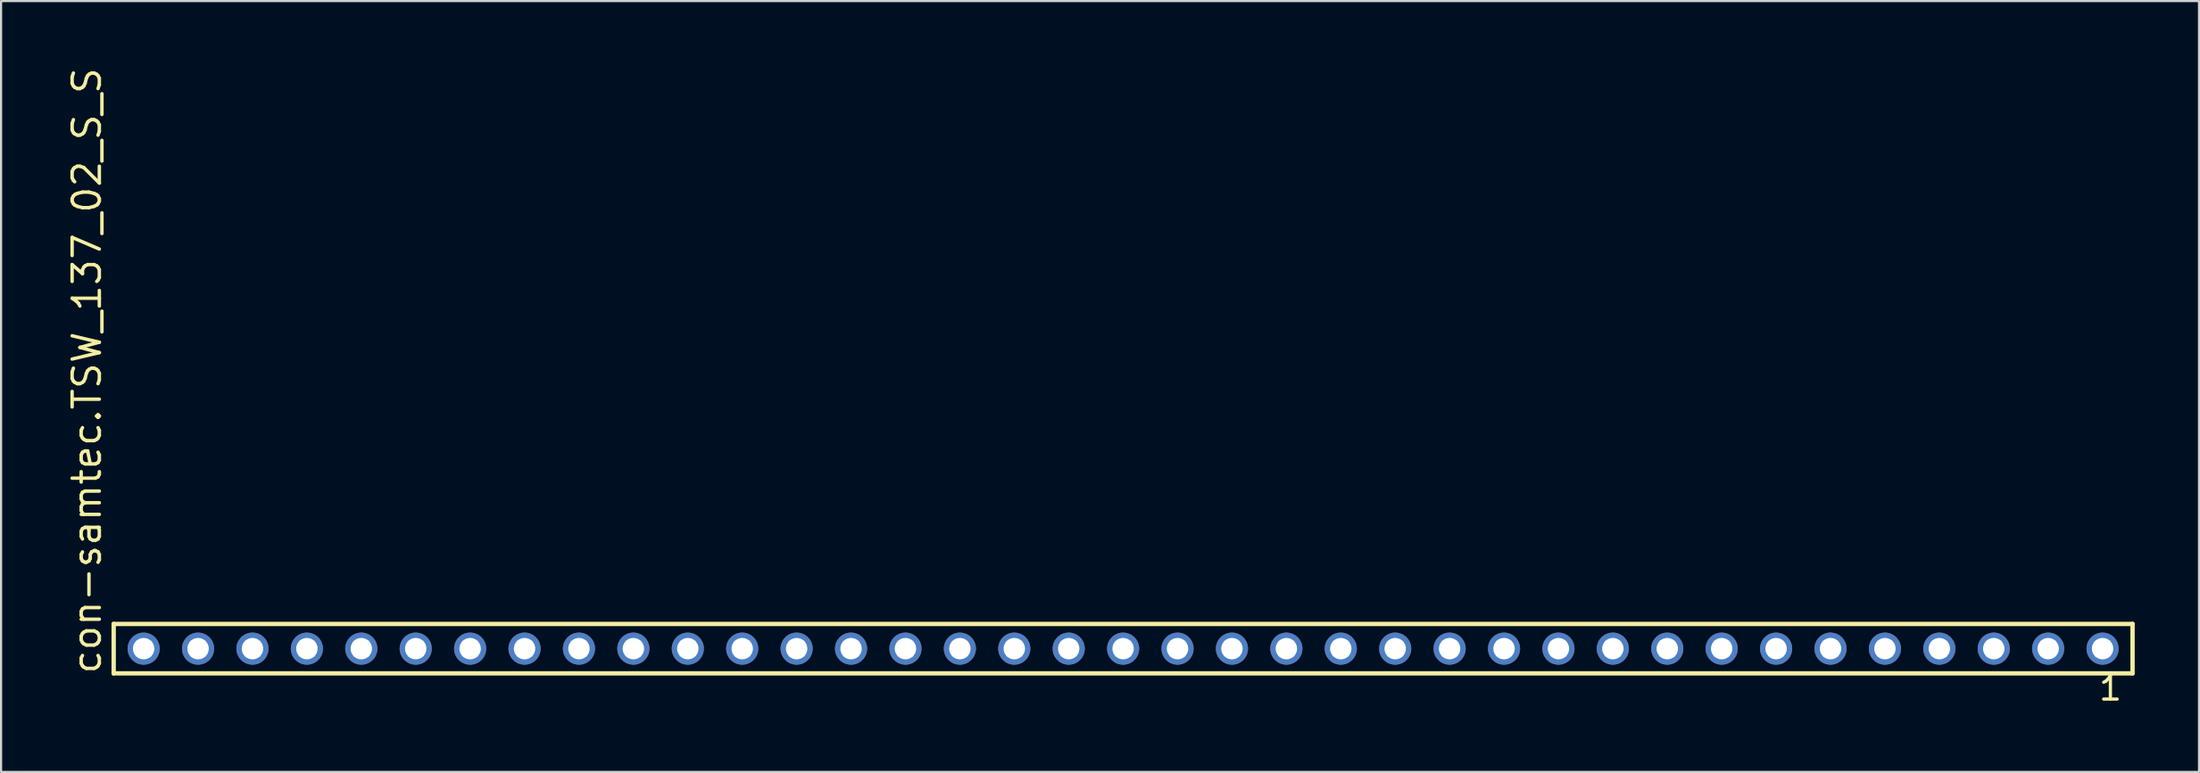
<source format=kicad_pcb>
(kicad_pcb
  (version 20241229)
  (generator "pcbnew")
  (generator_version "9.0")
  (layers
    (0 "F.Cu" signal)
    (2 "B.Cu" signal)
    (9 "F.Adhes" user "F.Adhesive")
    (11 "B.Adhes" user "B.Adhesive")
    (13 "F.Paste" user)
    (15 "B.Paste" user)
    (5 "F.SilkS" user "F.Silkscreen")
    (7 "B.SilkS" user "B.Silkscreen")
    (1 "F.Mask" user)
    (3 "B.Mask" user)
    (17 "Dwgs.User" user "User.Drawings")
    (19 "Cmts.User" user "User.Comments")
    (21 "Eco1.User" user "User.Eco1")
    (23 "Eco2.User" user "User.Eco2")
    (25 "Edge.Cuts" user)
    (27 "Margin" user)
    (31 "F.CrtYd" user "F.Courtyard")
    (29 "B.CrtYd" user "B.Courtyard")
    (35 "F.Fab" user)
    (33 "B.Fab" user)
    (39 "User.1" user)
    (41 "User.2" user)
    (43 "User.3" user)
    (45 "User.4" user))
  (footprint "con-samtec.TSW_137_02_S_S"
    (layer "F.Cu")
    (at 49.375 27.259)
    (property "Reference" "con-samtec.TSW_137_02_S_S" (at -47.625 1.27 90) (layer "F.SilkS") (effects (font (size 1.27 1.27) (thickness 0.16)) (justify left bottom)))
    (attr through_hole)
    (fp_line (start -47.119 -1.155) (end 47.119 -1.155) (stroke (width 0.203) (type default)) (layer "F.SilkS"))
    (fp_line (start -47.119 1.155) (end -47.119 -1.155) (stroke (width 0.203) (type default)) (layer "F.SilkS"))
    (fp_line (start 47.119 -1.155) (end 47.119 1.155) (stroke (width 0.203) (type default)) (layer "F.SilkS"))
    (fp_line (start 47.119 1.155) (end -47.119 1.155) (stroke (width 0.203) (type default)) (layer "F.SilkS"))
    (fp_rect (start -46.07 0.35) (end -45.37 -0.35) (stroke (width 0.05) (type default)) (fill no) (layer "F.Fab"))
    (fp_rect (start -43.53 0.35) (end -42.83 -0.35) (stroke (width 0.05) (type default)) (fill no) (layer "F.Fab"))
    (fp_rect (start -40.99 0.35) (end -40.29 -0.35) (stroke (width 0.05) (type default)) (fill no) (layer "F.Fab"))
    (fp_rect (start -38.45 0.35) (end -37.75 -0.35) (stroke (width 0.05) (type default)) (fill no) (layer "F.Fab"))
    (fp_rect (start -35.91 0.35) (end -35.21 -0.35) (stroke (width 0.05) (type default)) (fill no) (layer "F.Fab"))
    (fp_rect (start -33.37 0.35) (end -32.67 -0.35) (stroke (width 0.05) (type default)) (fill no) (layer "F.Fab"))
    (fp_rect (start -30.83 0.35) (end -30.13 -0.35) (stroke (width 0.05) (type default)) (fill no) (layer "F.Fab"))
    (fp_rect (start -28.29 0.35) (end -27.59 -0.35) (stroke (width 0.05) (type default)) (fill no) (layer "F.Fab"))
    (fp_rect (start -25.75 0.35) (end -25.05 -0.35) (stroke (width 0.05) (type default)) (fill no) (layer "F.Fab"))
    (fp_rect (start -23.21 0.35) (end -22.51 -0.35) (stroke (width 0.05) (type default)) (fill no) (layer "F.Fab"))
    (fp_rect (start -20.67 0.35) (end -19.97 -0.35) (stroke (width 0.05) (type default)) (fill no) (layer "F.Fab"))
    (fp_rect (start -18.13 0.35) (end -17.43 -0.35) (stroke (width 0.05) (type default)) (fill no) (layer "F.Fab"))
    (fp_rect (start -15.59 0.35) (end -14.89 -0.35) (stroke (width 0.05) (type default)) (fill no) (layer "F.Fab"))
    (fp_rect (start -13.05 0.35) (end -12.35 -0.35) (stroke (width 0.05) (type default)) (fill no) (layer "F.Fab"))
    (fp_rect (start -10.51 0.35) (end -9.81 -0.35) (stroke (width 0.05) (type default)) (fill no) (layer "F.Fab"))
    (fp_rect (start -7.97 0.35) (end -7.27 -0.35) (stroke (width 0.05) (type default)) (fill no) (layer "F.Fab"))
    (fp_rect (start -5.43 0.35) (end -4.73 -0.35) (stroke (width 0.05) (type default)) (fill no) (layer "F.Fab"))
    (fp_rect (start -2.89 0.35) (end -2.19 -0.35) (stroke (width 0.05) (type default)) (fill no) (layer "F.Fab"))
    (fp_rect (start -0.35 0.35) (end 0.35 -0.35) (stroke (width 0.05) (type default)) (fill no) (layer "F.Fab"))
    (fp_rect (start 2.19 0.35) (end 2.89 -0.35) (stroke (width 0.05) (type default)) (fill no) (layer "F.Fab"))
    (fp_rect (start 4.73 0.35) (end 5.43 -0.35) (stroke (width 0.05) (type default)) (fill no) (layer "F.Fab"))
    (fp_rect (start 7.27 0.35) (end 7.97 -0.35) (stroke (width 0.05) (type default)) (fill no) (layer "F.Fab"))
    (fp_rect (start 9.81 0.35) (end 10.51 -0.35) (stroke (width 0.05) (type default)) (fill no) (layer "F.Fab"))
    (fp_rect (start 12.35 0.35) (end 13.05 -0.35) (stroke (width 0.05) (type default)) (fill no) (layer "F.Fab"))
    (fp_rect (start 14.89 0.35) (end 15.59 -0.35) (stroke (width 0.05) (type default)) (fill no) (layer "F.Fab"))
    (fp_rect (start 17.43 0.35) (end 18.13 -0.35) (stroke (width 0.05) (type default)) (fill no) (layer "F.Fab"))
    (fp_rect (start 19.97 0.35) (end 20.67 -0.35) (stroke (width 0.05) (type default)) (fill no) (layer "F.Fab"))
    (fp_rect (start 22.51 0.35) (end 23.21 -0.35) (stroke (width 0.05) (type default)) (fill no) (layer "F.Fab"))
    (fp_rect (start 25.05 0.35) (end 25.75 -0.35) (stroke (width 0.05) (type default)) (fill no) (layer "F.Fab"))
    (fp_rect (start 27.59 0.35) (end 28.29 -0.35) (stroke (width 0.05) (type default)) (fill no) (layer "F.Fab"))
    (fp_rect (start 30.13 0.35) (end 30.83 -0.35) (stroke (width 0.05) (type default)) (fill no) (layer "F.Fab"))
    (fp_rect (start 32.67 0.35) (end 33.37 -0.35) (stroke (width 0.05) (type default)) (fill no) (layer "F.Fab"))
    (fp_rect (start 35.21 0.35) (end 35.91 -0.35) (stroke (width 0.05) (type default)) (fill no) (layer "F.Fab"))
    (fp_rect (start 37.75 0.35) (end 38.45 -0.35) (stroke (width 0.05) (type default)) (fill no) (layer "F.Fab"))
    (fp_rect (start 40.29 0.35) (end 40.99 -0.35) (stroke (width 0.05) (type default)) (fill no) (layer "F.Fab"))
    (fp_rect (start 42.83 0.35) (end 43.53 -0.35) (stroke (width 0.05) (type default)) (fill no) (layer "F.Fab"))
    (fp_rect (start 45.37 0.35) (end 46.07 -0.35) (stroke (width 0.05) (type default)) (fill no) (layer "F.Fab"))
    (fp_text user "1" (at 45.462 2.498 0) (layer "F.SilkS") (effects (font (size 1.1 1.1) (thickness 0.15)) (justify left bottom)))
    (pad "1" thru_hole circle (at 45.72 0 180) (size 1.5 1.5) (drill 1) (layers "*.Cu" "*.Mask"))
    (pad "2" thru_hole circle (at 43.18 0 180) (size 1.5 1.5) (drill 1) (layers "*.Cu" "*.Mask"))
    (pad "3" thru_hole circle (at 40.64 0 180) (size 1.5 1.5) (drill 1) (layers "*.Cu" "*.Mask"))
    (pad "4" thru_hole circle (at 38.1 0 180) (size 1.5 1.5) (drill 1) (layers "*.Cu" "*.Mask"))
    (pad "5" thru_hole circle (at 35.56 0 180) (size 1.5 1.5) (drill 1) (layers "*.Cu" "*.Mask"))
    (pad "6" thru_hole circle (at 33.02 0 180) (size 1.5 1.5) (drill 1) (layers "*.Cu" "*.Mask"))
    (pad "7" thru_hole circle (at 30.48 0 180) (size 1.5 1.5) (drill 1) (layers "*.Cu" "*.Mask"))
    (pad "8" thru_hole circle (at 27.94 0 180) (size 1.5 1.5) (drill 1) (layers "*.Cu" "*.Mask"))
    (pad "9" thru_hole circle (at 25.4 0 180) (size 1.5 1.5) (drill 1) (layers "*.Cu" "*.Mask"))
    (pad "10" thru_hole circle (at 22.86 0 180) (size 1.5 1.5) (drill 1) (layers "*.Cu" "*.Mask"))
    (pad "11" thru_hole circle (at 20.32 0 180) (size 1.5 1.5) (drill 1) (layers "*.Cu" "*.Mask"))
    (pad "12" thru_hole circle (at 17.78 0 180) (size 1.5 1.5) (drill 1) (layers "*.Cu" "*.Mask"))
    (pad "13" thru_hole circle (at 15.24 0 180) (size 1.5 1.5) (drill 1) (layers "*.Cu" "*.Mask"))
    (pad "14" thru_hole circle (at 12.7 0 180) (size 1.5 1.5) (drill 1) (layers "*.Cu" "*.Mask"))
    (pad "15" thru_hole circle (at 10.16 0 180) (size 1.5 1.5) (drill 1) (layers "*.Cu" "*.Mask"))
    (pad "16" thru_hole circle (at 7.62 0 180) (size 1.5 1.5) (drill 1) (layers "*.Cu" "*.Mask"))
    (pad "17" thru_hole circle (at 5.08 0 180) (size 1.5 1.5) (drill 1) (layers "*.Cu" "*.Mask"))
    (pad "18" thru_hole circle (at 2.54 0 180) (size 1.5 1.5) (drill 1) (layers "*.Cu" "*.Mask"))
    (pad "19" thru_hole circle (at 0 0 180) (size 1.5 1.5) (drill 1) (layers "*.Cu" "*.Mask"))
    (pad "20" thru_hole circle (at -2.54 0 180) (size 1.5 1.5) (drill 1) (layers "*.Cu" "*.Mask"))
    (pad "21" thru_hole circle (at -5.08 0 180) (size 1.5 1.5) (drill 1) (layers "*.Cu" "*.Mask"))
    (pad "22" thru_hole circle (at -7.62 0 180) (size 1.5 1.5) (drill 1) (layers "*.Cu" "*.Mask"))
    (pad "23" thru_hole circle (at -10.16 0 180) (size 1.5 1.5) (drill 1) (layers "*.Cu" "*.Mask"))
    (pad "24" thru_hole circle (at -12.7 0 180) (size 1.5 1.5) (drill 1) (layers "*.Cu" "*.Mask"))
    (pad "25" thru_hole circle (at -15.24 0 180) (size 1.5 1.5) (drill 1) (layers "*.Cu" "*.Mask"))
    (pad "26" thru_hole circle (at -17.78 0 180) (size 1.5 1.5) (drill 1) (layers "*.Cu" "*.Mask"))
    (pad "27" thru_hole circle (at -20.32 0 180) (size 1.5 1.5) (drill 1) (layers "*.Cu" "*.Mask"))
    (pad "28" thru_hole circle (at -22.86 0 180) (size 1.5 1.5) (drill 1) (layers "*.Cu" "*.Mask"))
    (pad "29" thru_hole circle (at -25.4 0 180) (size 1.5 1.5) (drill 1) (layers "*.Cu" "*.Mask"))
    (pad "30" thru_hole circle (at -27.94 0 180) (size 1.5 1.5) (drill 1) (layers "*.Cu" "*.Mask"))
    (pad "31" thru_hole circle (at -30.48 0 180) (size 1.5 1.5) (drill 1) (layers "*.Cu" "*.Mask"))
    (pad "32" thru_hole circle (at -33.02 0 180) (size 1.5 1.5) (drill 1) (layers "*.Cu" "*.Mask"))
    (pad "33" thru_hole circle (at -35.56 0 180) (size 1.5 1.5) (drill 1) (layers "*.Cu" "*.Mask"))
    (pad "34" thru_hole circle (at -38.1 0 180) (size 1.5 1.5) (drill 1) (layers "*.Cu" "*.Mask"))
    (pad "35" thru_hole circle (at -40.64 0 180) (size 1.5 1.5) (drill 1) (layers "*.Cu" "*.Mask"))
    (pad "36" thru_hole circle (at -43.18 0 180) (size 1.5 1.5) (drill 1) (layers "*.Cu" "*.Mask"))
    (pad "37" thru_hole circle (at -45.72 0 180) (size 1.5 1.5) (drill 1) (layers "*.Cu" "*.Mask")))
  (gr_rect
    (start -3 -3)
    (end 99.596 33.02)
    (stroke (width 0.1) (type default))
    (fill no)
    (layer "Edge.Cuts")))
</source>
